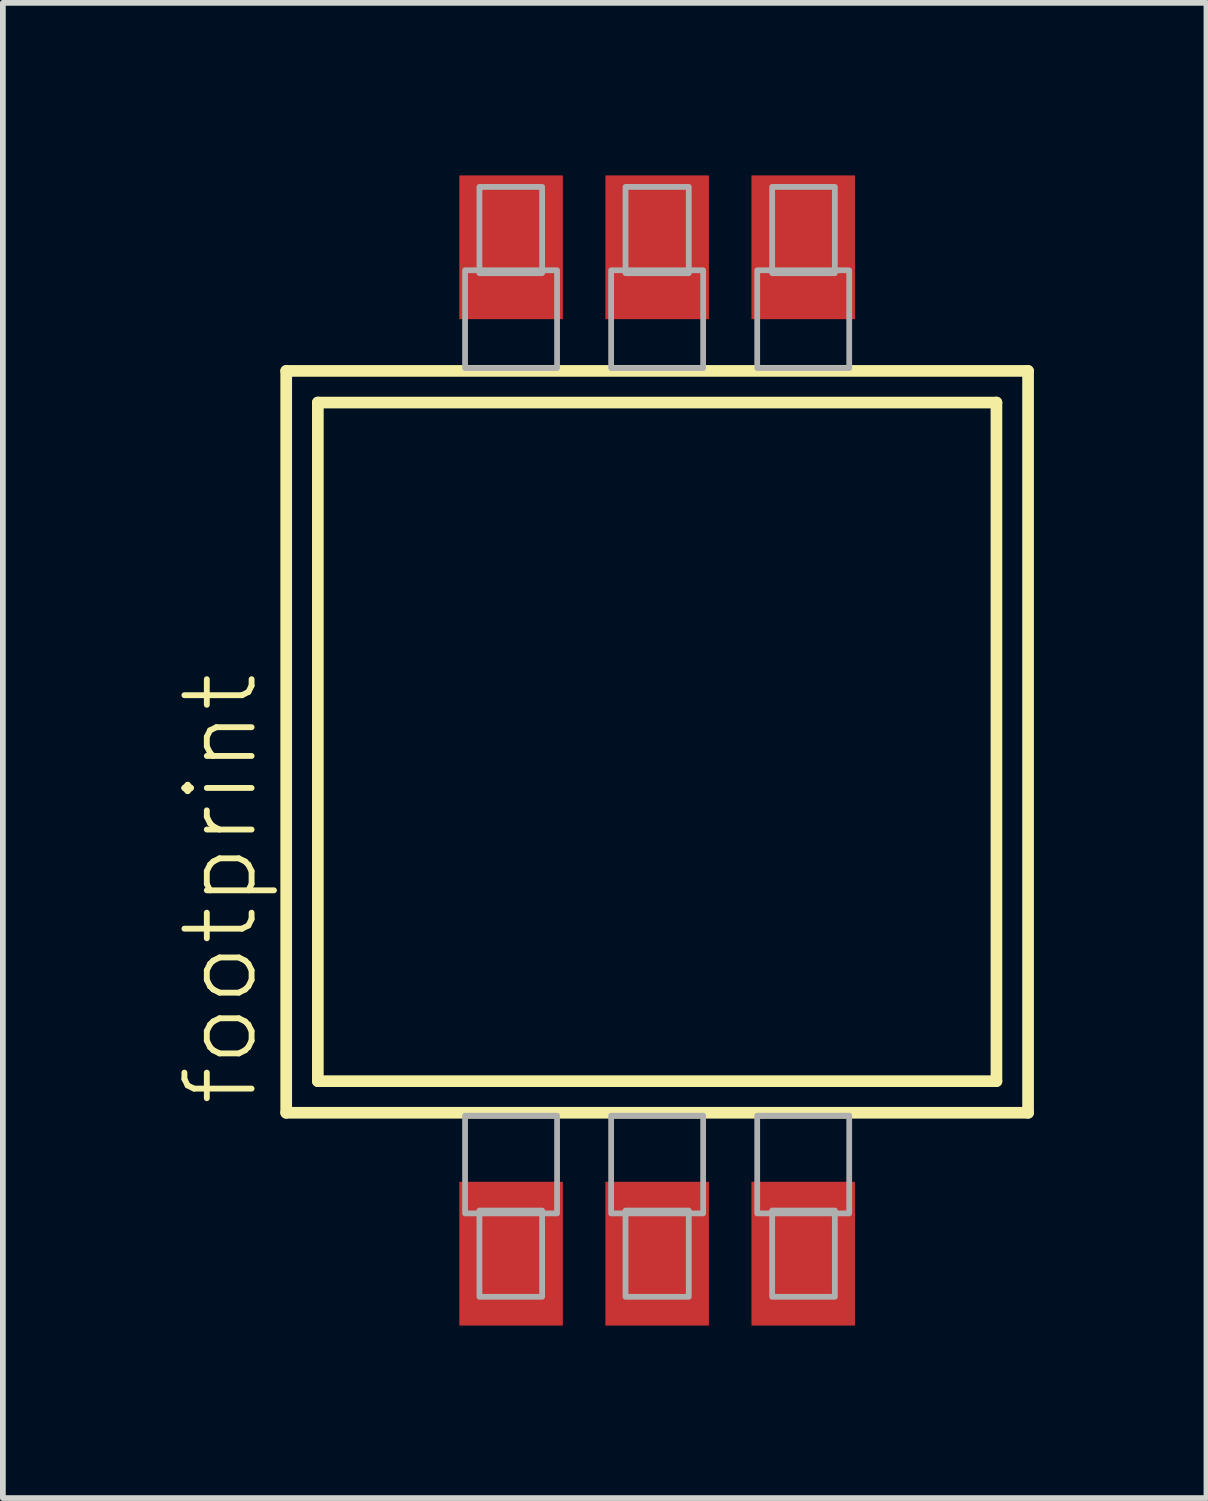
<source format=kicad_pcb>
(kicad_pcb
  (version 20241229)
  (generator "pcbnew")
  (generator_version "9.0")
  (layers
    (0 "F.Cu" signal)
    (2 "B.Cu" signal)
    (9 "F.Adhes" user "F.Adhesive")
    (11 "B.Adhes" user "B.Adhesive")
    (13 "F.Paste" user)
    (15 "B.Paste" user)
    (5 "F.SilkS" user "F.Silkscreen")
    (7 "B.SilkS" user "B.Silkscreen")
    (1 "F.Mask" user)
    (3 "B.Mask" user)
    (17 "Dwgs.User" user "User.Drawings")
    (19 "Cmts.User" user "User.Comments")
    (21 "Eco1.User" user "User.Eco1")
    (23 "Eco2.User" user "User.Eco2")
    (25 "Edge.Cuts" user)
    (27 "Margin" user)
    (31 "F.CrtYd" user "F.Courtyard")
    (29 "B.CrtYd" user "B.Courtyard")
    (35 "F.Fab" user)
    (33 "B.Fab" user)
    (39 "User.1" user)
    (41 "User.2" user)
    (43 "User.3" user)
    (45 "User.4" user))
  (footprint "footprint"
    (layer "F.Cu")
    (at 8.377 9.85)
    (property "Reference" "footprint" (at -6.904 6.375 90) (layer "F.SilkS") (effects (font (size 1.168 1.168) (thickness 0.102)) (justify left bottom)))
    (fp_line (start -6.45 -6.45) (end 6.45 -6.45) (stroke (width 0.203) (type solid)) (layer "F.SilkS"))
    (fp_line (start -6.45 6.45) (end -6.45 -6.45) (stroke (width 0.203) (type solid)) (layer "F.SilkS"))
    (fp_line (start -5.9 -5.9) (end 5.9 -5.9) (stroke (width 0.203) (type solid)) (layer "F.SilkS"))
    (fp_line (start -5.9 5.9) (end -5.9 -5.9) (stroke (width 0.203) (type solid)) (layer "F.SilkS"))
    (fp_line (start 5.9 -5.9) (end 5.9 5.9) (stroke (width 0.203) (type solid)) (layer "F.SilkS"))
    (fp_line (start 5.9 5.9) (end -5.9 5.9) (stroke (width 0.203) (type solid)) (layer "F.SilkS"))
    (fp_line (start 6.45 -6.45) (end 6.45 6.45) (stroke (width 0.203) (type solid)) (layer "F.SilkS"))
    (fp_line (start 6.45 6.45) (end -6.45 6.45) (stroke (width 0.203) (type solid)) (layer "F.SilkS"))
    (fp_poly (pts (xy -3.34 -6.5) (xy -1.74 -6.5) (xy -1.74 -8.2) (xy -3.34 -8.2)) (stroke (width 0.1) (type solid)) (fill no) (layer "F.Fab"))
    (fp_poly (pts (xy -3.34 8.2) (xy -1.74 8.2) (xy -1.74 6.5) (xy -3.34 6.5)) (stroke (width 0.1) (type solid)) (fill no) (layer "F.Fab"))
    (fp_poly (pts (xy -3.09 -8.15) (xy -2 -8.15) (xy -2 -9.65) (xy -3.09 -9.65)) (stroke (width 0.1) (type solid)) (fill no) (layer "F.Fab"))
    (fp_poly (pts (xy -3.09 9.65) (xy -2 9.65) (xy -2 8.15) (xy -3.09 8.15)) (stroke (width 0.1) (type solid)) (fill no) (layer "F.Fab"))
    (fp_poly (pts (xy -0.8 -6.5) (xy 0.8 -6.5) (xy 0.8 -8.2) (xy -0.8 -8.2)) (stroke (width 0.1) (type solid)) (fill no) (layer "F.Fab"))
    (fp_poly (pts (xy -0.8 8.2) (xy 0.8 8.2) (xy 0.8 6.5) (xy -0.8 6.5)) (stroke (width 0.1) (type solid)) (fill no) (layer "F.Fab"))
    (fp_poly (pts (xy -0.55 -8.15) (xy 0.55 -8.15) (xy 0.55 -9.65) (xy -0.55 -9.65)) (stroke (width 0.1) (type solid)) (fill no) (layer "F.Fab"))
    (fp_poly (pts (xy -0.55 9.65) (xy 0.55 9.65) (xy 0.55 8.15) (xy -0.55 8.15)) (stroke (width 0.1) (type solid)) (fill no) (layer "F.Fab"))
    (fp_poly (pts (xy 1.74 -6.5) (xy 3.34 -6.5) (xy 3.34 -8.2) (xy 1.74 -8.2)) (stroke (width 0.1) (type solid)) (fill no) (layer "F.Fab"))
    (fp_poly (pts (xy 1.74 8.2) (xy 3.34 8.2) (xy 3.34 6.5) (xy 1.74 6.5)) (stroke (width 0.1) (type solid)) (fill no) (layer "F.Fab"))
    (fp_poly (pts (xy 2 -8.15) (xy 3.09 -8.15) (xy 3.09 -9.65) (xy 2 -9.65)) (stroke (width 0.1) (type solid)) (fill no) (layer "F.Fab"))
    (fp_poly (pts (xy 2 9.65) (xy 3.09 9.65) (xy 3.09 8.15) (xy 2 8.15)) (stroke (width 0.1) (type solid)) (fill no) (layer "F.Fab"))
    (pad "1" smd rect (at -2.54 -8.6) (size 1.8 2.5) (layers "F.Cu" "F.Mask" "F.Paste"))
    (pad "2" smd rect (at 0 -8.6) (size 1.8 2.5) (layers "F.Cu" "F.Mask" "F.Paste"))
    (pad "3" smd rect (at 2.54 -8.6) (size 1.8 2.5) (layers "F.Cu" "F.Mask" "F.Paste"))
    (pad "4" smd rect (at 2.54 8.9) (size 1.8 2.5) (layers "F.Cu" "F.Mask" "F.Paste"))
    (pad "5" smd rect (at 0 8.9) (size 1.8 2.5) (layers "F.Cu" "F.Mask" "F.Paste"))
    (pad "6" smd rect (at -2.54 8.9) (size 1.8 2.5) (layers "F.Cu" "F.Mask" "F.Paste")))
  (gr_rect
    (start -3 -3)
    (end 17.929 23)
    (stroke (width 0.1) (type default))
    (fill no)
    (layer "Edge.Cuts")))
</source>
